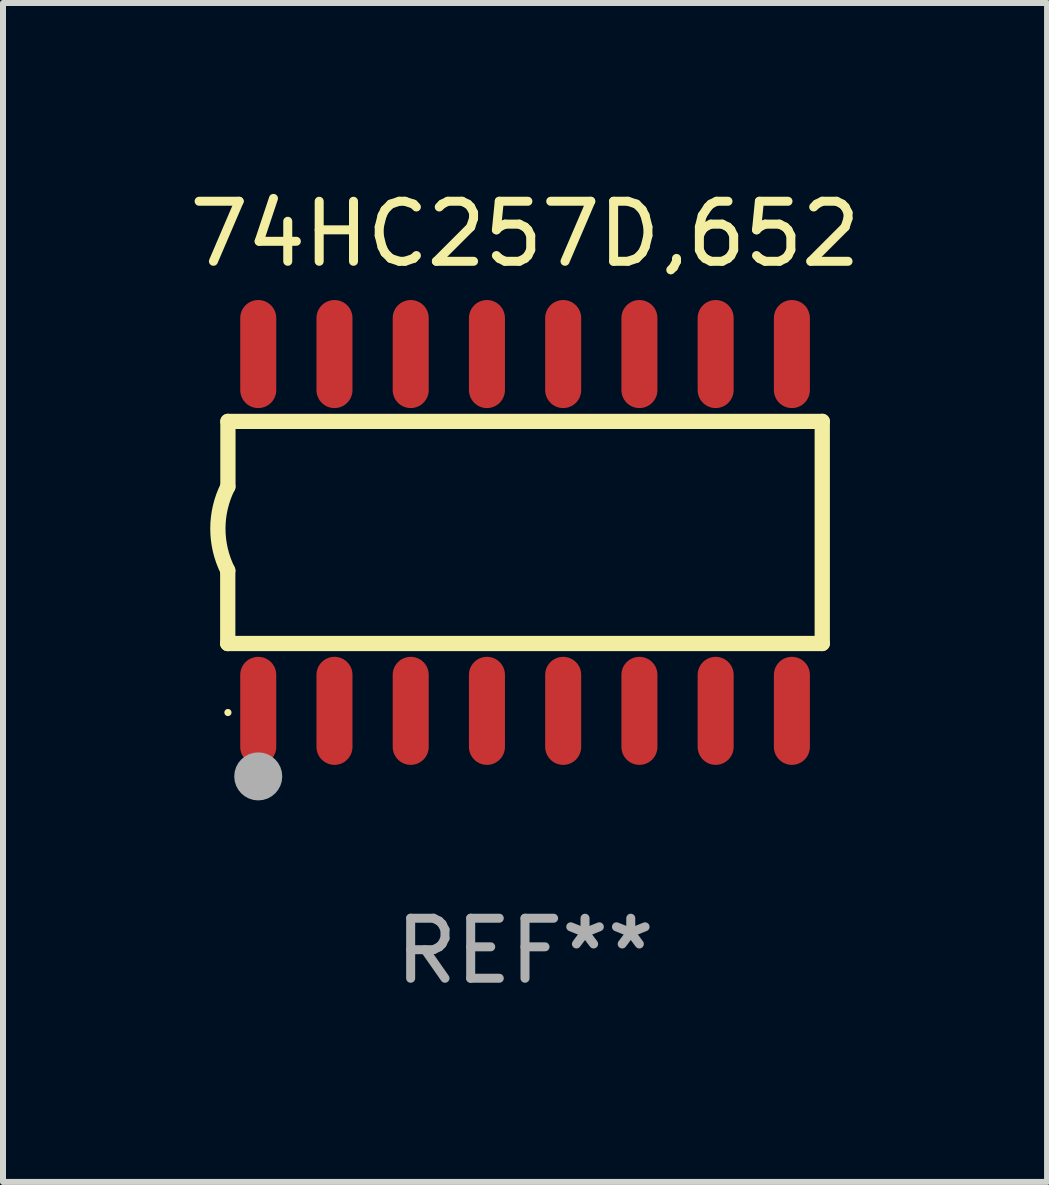
<source format=kicad_pcb>
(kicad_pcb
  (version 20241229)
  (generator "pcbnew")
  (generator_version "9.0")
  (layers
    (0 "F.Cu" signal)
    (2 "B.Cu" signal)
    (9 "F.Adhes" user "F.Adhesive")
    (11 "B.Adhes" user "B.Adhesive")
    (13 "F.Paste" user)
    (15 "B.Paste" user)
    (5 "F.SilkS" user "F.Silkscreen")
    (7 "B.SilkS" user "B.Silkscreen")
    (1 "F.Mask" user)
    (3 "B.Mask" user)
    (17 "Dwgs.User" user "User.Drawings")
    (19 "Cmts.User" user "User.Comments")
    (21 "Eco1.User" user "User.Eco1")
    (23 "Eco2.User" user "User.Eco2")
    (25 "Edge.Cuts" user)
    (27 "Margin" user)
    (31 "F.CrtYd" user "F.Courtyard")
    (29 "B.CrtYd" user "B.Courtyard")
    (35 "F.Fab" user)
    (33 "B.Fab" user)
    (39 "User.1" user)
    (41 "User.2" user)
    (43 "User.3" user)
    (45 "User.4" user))
  (footprint "74HC257D,652"
    (layer "F.Cu")
    (at 5.696 5.82)
    (property "Reference" "74HC257D,652" (at 0 -4.972 0) (layer "F.SilkS") (effects (font (size 1 1) (thickness 0.15))))
    (attr through_hole)
    (fp_line (start -4.952 0.635) (end -4.952 1.85) (stroke (width 0.254) (type solid)) (layer "F.SilkS"))
    (fp_line (start -4.952 1.85) (end -4.949 1.85) (stroke (width 0.254) (type solid)) (layer "F.SilkS"))
    (fp_line (start -4.949 -1.85) (end -4.949 -0.762) (stroke (width 0.254) (type solid)) (layer "F.SilkS"))
    (fp_line (start -4.949 1.85) (end 4.952 1.85) (stroke (width 0.254) (type solid)) (layer "F.SilkS"))
    (fp_line (start 4.952 -1.85) (end -4.949 -1.85) (stroke (width 0.254) (type solid)) (layer "F.SilkS"))
    (fp_line (start 4.952 1.85) (end 4.952 -1.85) (stroke (width 0.254) (type solid)) (layer "F.SilkS"))
    (fp_arc (start -4.951524 0.635001) (mid -5.116418 -0.0635) (end -4.951524 -0.762002) (stroke (width 0.254001) (type solid)) (layer "F.SilkS"))
    (fp_circle (center -4.949 3) (end -4.919 3) (stroke (width 0.06) (type solid)) (fill no) (layer "F.SilkS"))
    (fp_circle (center -4.444 4.064) (end -4.244 4.064) (stroke (width 0.4) (type solid)) (fill no) (layer "F.Fab"))
    (fp_text user "REF**" (at 0 6.972 0) (layer "F.Fab") (effects (font (size 1 1) (thickness 0.15))))
    (pad "1" smd oval (at -4.444 2.972 180) (size 0.6 1.8) (layers "F.Cu" "F.Mask" "F.Paste"))
    (pad "2" smd oval (at -3.174 2.972 180) (size 0.6 1.8) (layers "F.Cu" "F.Mask" "F.Paste"))
    (pad "3" smd oval (at -1.904 2.972 180) (size 0.6 1.8) (layers "F.Cu" "F.Mask" "F.Paste"))
    (pad "4" smd oval (at -0.634 2.972 180) (size 0.6 1.8) (layers "F.Cu" "F.Mask" "F.Paste"))
    (pad "5" smd oval (at 0.636 2.972 180) (size 0.6 1.8) (layers "F.Cu" "F.Mask" "F.Paste"))
    (pad "6" smd oval (at 1.906 2.972 180) (size 0.6 1.8) (layers "F.Cu" "F.Mask" "F.Paste"))
    (pad "7" smd oval (at 3.176 2.972 180) (size 0.6 1.8) (layers "F.Cu" "F.Mask" "F.Paste"))
    (pad "8" smd oval (at 4.446 2.972 180) (size 0.6 1.8) (layers "F.Cu" "F.Mask" "F.Paste"))
    (pad "9" smd oval (at 4.446 -2.972 180) (size 0.6 1.8) (layers "F.Cu" "F.Mask" "F.Paste"))
    (pad "10" smd oval (at 3.176 -2.972 180) (size 0.6 1.8) (layers "F.Cu" "F.Mask" "F.Paste"))
    (pad "11" smd oval (at 1.906 -2.972 180) (size 0.6 1.8) (layers "F.Cu" "F.Mask" "F.Paste"))
    (pad "12" smd oval (at 0.636 -2.972 180) (size 0.6 1.8) (layers "F.Cu" "F.Mask" "F.Paste"))
    (pad "13" smd oval (at -0.634 -2.972 180) (size 0.6 1.8) (layers "F.Cu" "F.Mask" "F.Paste"))
    (pad "14" smd oval (at -1.904 -2.972 180) (size 0.6 1.8) (layers "F.Cu" "F.Mask" "F.Paste"))
    (pad "15" smd oval (at -3.174 -2.972 180) (size 0.6 1.8) (layers "F.Cu" "F.Mask" "F.Paste"))
    (pad "16" smd oval (at -4.444 -2.972 180) (size 0.6 1.8) (layers "F.Cu" "F.Mask" "F.Paste")))
  (gr_rect
    (start -3 -3)
    (end 14.393 16.64)
    (stroke (width 0.1) (type default))
    (fill no)
    (layer "Edge.Cuts")))
</source>
